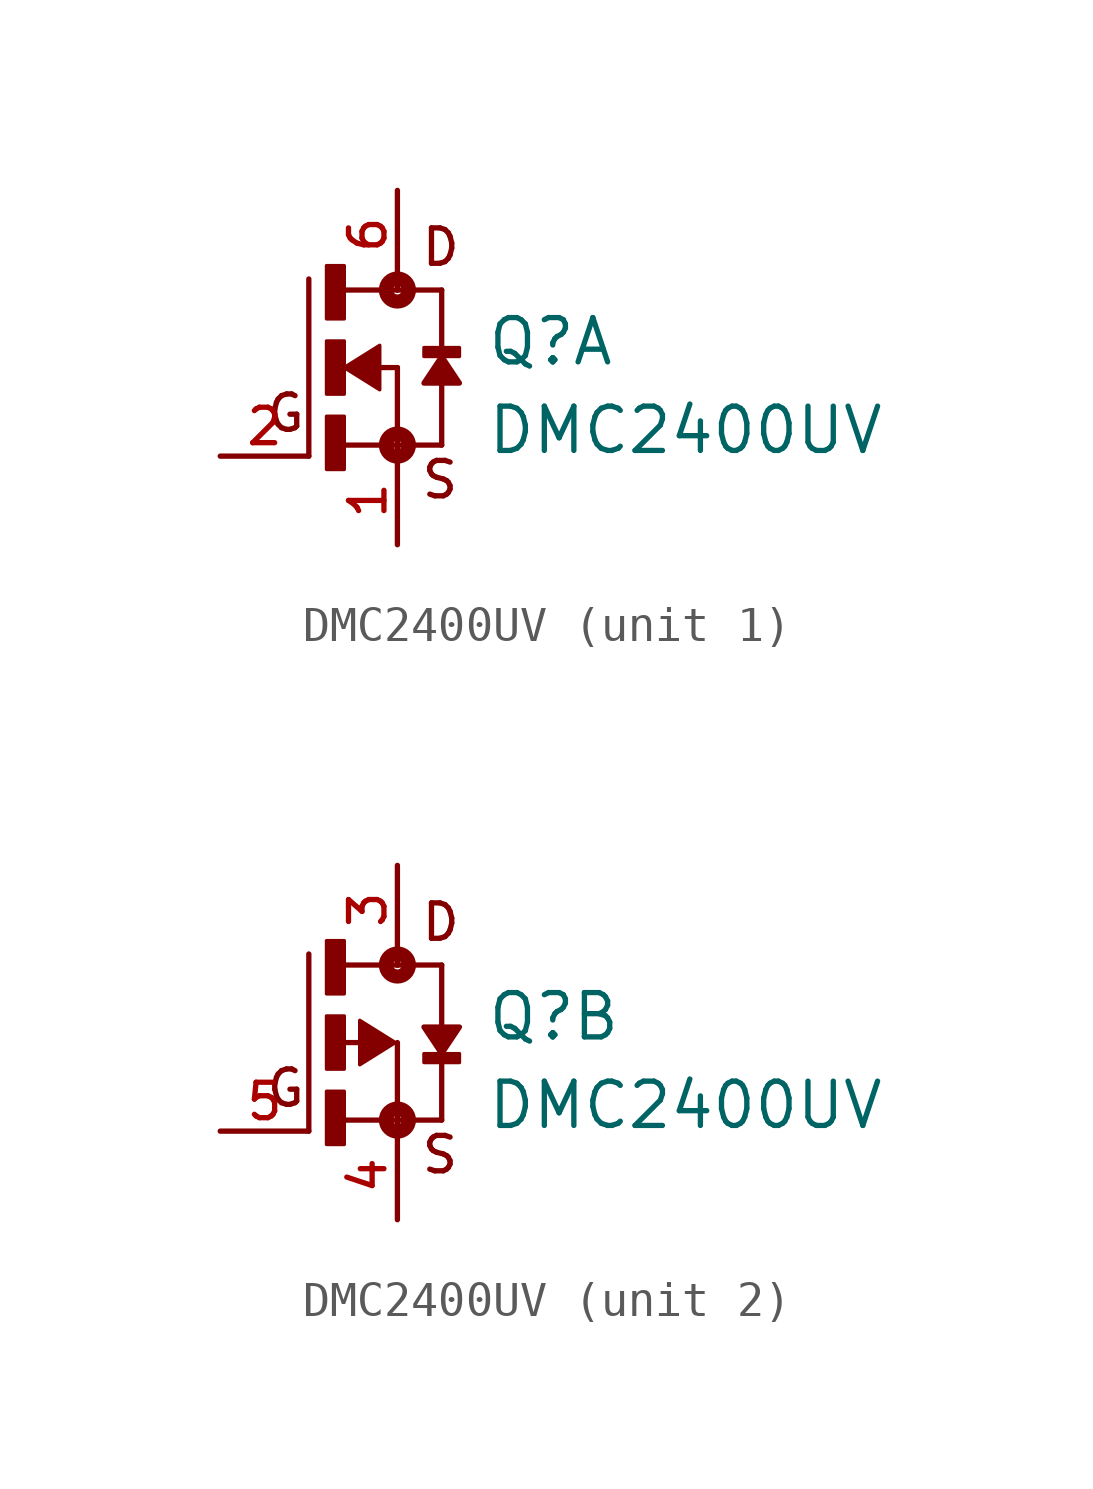
<source format=kicad_sym>
(kicad_symbol_lib
  (version 20211014)
  (generator kicad_symbol_editor)
  (symbol "DMC2400UV"
    (pin_names
      (offset 1.016))
    (property "Reference" "Q"
      (at 2.54 0.0 0)
      (effects (font (size 1.27 1.27)) (justify bottom left)))
    (property "Value" "DMC2400UV"
      (at 2.54 -2.54 0)
      (effects (font (size 1.27 1.27)) (justify bottom left)))
    (symbol "DMC2400UV_1_0"
      (polyline (pts (xy -0.508 0.0) (xy 0.0 0.0)) (stroke (width 0.152)))
      (polyline (pts (xy -1.587 -2.223) (xy 0.0 -2.223)) (stroke (width 0.152)))
      (polyline (pts (xy -2.54 -2.54) (xy -2.54 2.54)) (stroke (width 0.152)))
      (polyline (pts (xy 0.0 0.0) (xy 0.0 -2.223)) (stroke (width 0.152)))
      (polyline (pts (xy 1.27 -2.223) (xy 0.0 -2.223)) (stroke (width 0.152)))
      (polyline (pts (xy -1.587 2.223) (xy 0.0 2.223)) (stroke (width 0.152)))
      (polyline (pts (xy 0.0 2.223) (xy 1.27 2.223)) (stroke (width 0.152)))
      (polyline (pts (xy 0.0 -2.223) (xy 0.0 -2.54)) (stroke (width 0.152)))
      (polyline (pts (xy 1.27 2.223) (xy 1.27 -2.223)) (stroke (width 0.152)))
      (polyline (pts (xy 0.0 2.54) (xy 0.0 2.223)) (stroke (width 0.152)))
      (circle (center 0.0 -2.223) (radius 0.127) (stroke (width 0.406)) (fill (type none)))
      (circle (center 0.0 2.223) (radius 0.127) (stroke (width 0.406)) (fill (type none)))
      (text "D" (at 0.635 2.857 0) (effects (font (size 1.016 1.016)) (justify bottom left)))
      (text "S" (at 0.635 -3.81 0) (effects (font (size 1.016 1.016)) (justify bottom left)))
      (text "G" (at -3.81 -1.905 0) (effects (font (size 1.016 1.016)) (justify bottom left)))
      (rectangle (start -2.032 1.397) (end -1.524 2.921) (stroke (width 0.1)) (fill (type outline)))
      (rectangle (start -2.032 -0.762) (end -1.524 0.762) (stroke (width 0.1)) (fill (type outline)))
      (rectangle (start -2.032 -2.921) (end -1.524 -1.397) (stroke (width 0.1)) (fill (type outline)))
      (rectangle (start 0.762 0.318) (end 1.778 0.572) (stroke (width 0.1)) (fill (type outline)))
      (polyline (pts (xy -1.524 0.0) (xy -0.508 0.635) (xy -0.508 -0.635) (xy -1.524 0.0)) (stroke (width 0.102)) (fill (type outline)))
      (polyline (pts (xy 1.27 0.318) (xy 0.762 -0.445) (xy 1.778 -0.445) (xy 1.27 0.318)) (stroke (width 0.152)) (fill (type outline)))
      (pin passive line (at 0.0 5.08 270.0) (length 2.54) (name "~" (effects (font (size 1.016 1.016)))) (number "6" (effects (font (size 1.016 1.016)))))
      (pin passive line (at 0.0 -5.08 90.0) (length 2.54) (name "~" (effects (font (size 1.016 1.016)))) (number "1" (effects (font (size 1.016 1.016)))))
      (pin passive line (at -5.08 -2.54 0) (length 2.54) (name "~" (effects (font (size 1.016 1.016)))) (number "2" (effects (font (size 1.016 1.016))))))
    (symbol "DMC2400UV_2_0"
      (polyline (pts (xy -1.079 0.0) (xy -1.905 0.0)) (stroke (width 0.152)))
      (polyline (pts (xy -1.905 -2.223) (xy 0.0 -2.223)) (stroke (width 0.152)))
      (polyline (pts (xy -2.54 -2.54) (xy -2.54 2.54)) (stroke (width 0.152)))
      (polyline (pts (xy 0.0 0.0) (xy 0.0 -2.223)) (stroke (width 0.152)))
      (polyline (pts (xy 1.27 -2.223) (xy 0.0 -2.223)) (stroke (width 0.152)))
      (polyline (pts (xy -1.587 2.223) (xy 0.0 2.223)) (stroke (width 0.152)))
      (polyline (pts (xy 0.0 2.223) (xy 1.27 2.223)) (stroke (width 0.152)))
      (polyline (pts (xy 0.0 -2.223) (xy 0.0 -2.54)) (stroke (width 0.152)))
      (polyline (pts (xy 1.27 2.223) (xy 1.27 -2.223)) (stroke (width 0.152)))
      (polyline (pts (xy 0.0 2.54) (xy 0.0 2.223)) (stroke (width 0.152)))
      (circle (center 0.0 -2.223) (radius 0.127) (stroke (width 0.406)) (fill (type none)))
      (circle (center 0.0 2.223) (radius 0.127) (stroke (width 0.406)) (fill (type none)))
      (text "D" (at 0.635 2.857 0) (effects (font (size 1.016 1.016)) (justify bottom left)))
      (text "S" (at 0.635 -3.81 0) (effects (font (size 1.016 1.016)) (justify bottom left)))
      (text "G" (at -3.81 -1.905 0) (effects (font (size 1.016 1.016)) (justify bottom left)))
      (rectangle (start -2.032 1.397) (end -1.524 2.921) (stroke (width 0.1)) (fill (type outline)))
      (rectangle (start -2.032 -0.762) (end -1.524 0.762) (stroke (width 0.1)) (fill (type outline)))
      (rectangle (start -2.032 -2.921) (end -1.524 -1.397) (stroke (width 0.1)) (fill (type outline)))
      (rectangle (start 0.762 -0.572) (end 1.778 -0.318) (stroke (width 0.1)) (fill (type outline)))
      (polyline (pts (xy -0.064 0.0) (xy -1.079 -0.635) (xy -1.079 0.635) (xy -0.064 0.0)) (stroke (width 0.102)) (fill (type outline)))
      (polyline (pts (xy 1.27 -0.318) (xy 1.778 0.445) (xy 0.762 0.445) (xy 1.27 -0.318)) (stroke (width 0.152)) (fill (type outline)))
      (pin passive line (at 0.0 5.08 270.0) (length 2.54) (name "~" (effects (font (size 1.016 1.016)))) (number "3" (effects (font (size 1.016 1.016)))))
      (pin passive line (at 0.0 -5.08 90.0) (length 2.54) (name "~" (effects (font (size 1.016 1.016)))) (number "4" (effects (font (size 1.016 1.016)))))
      (pin passive line (at -5.08 -2.54 0) (length 2.54) (name "~" (effects (font (size 1.016 1.016)))) (number "5" (effects (font (size 1.016 1.016))))))))
</source>
